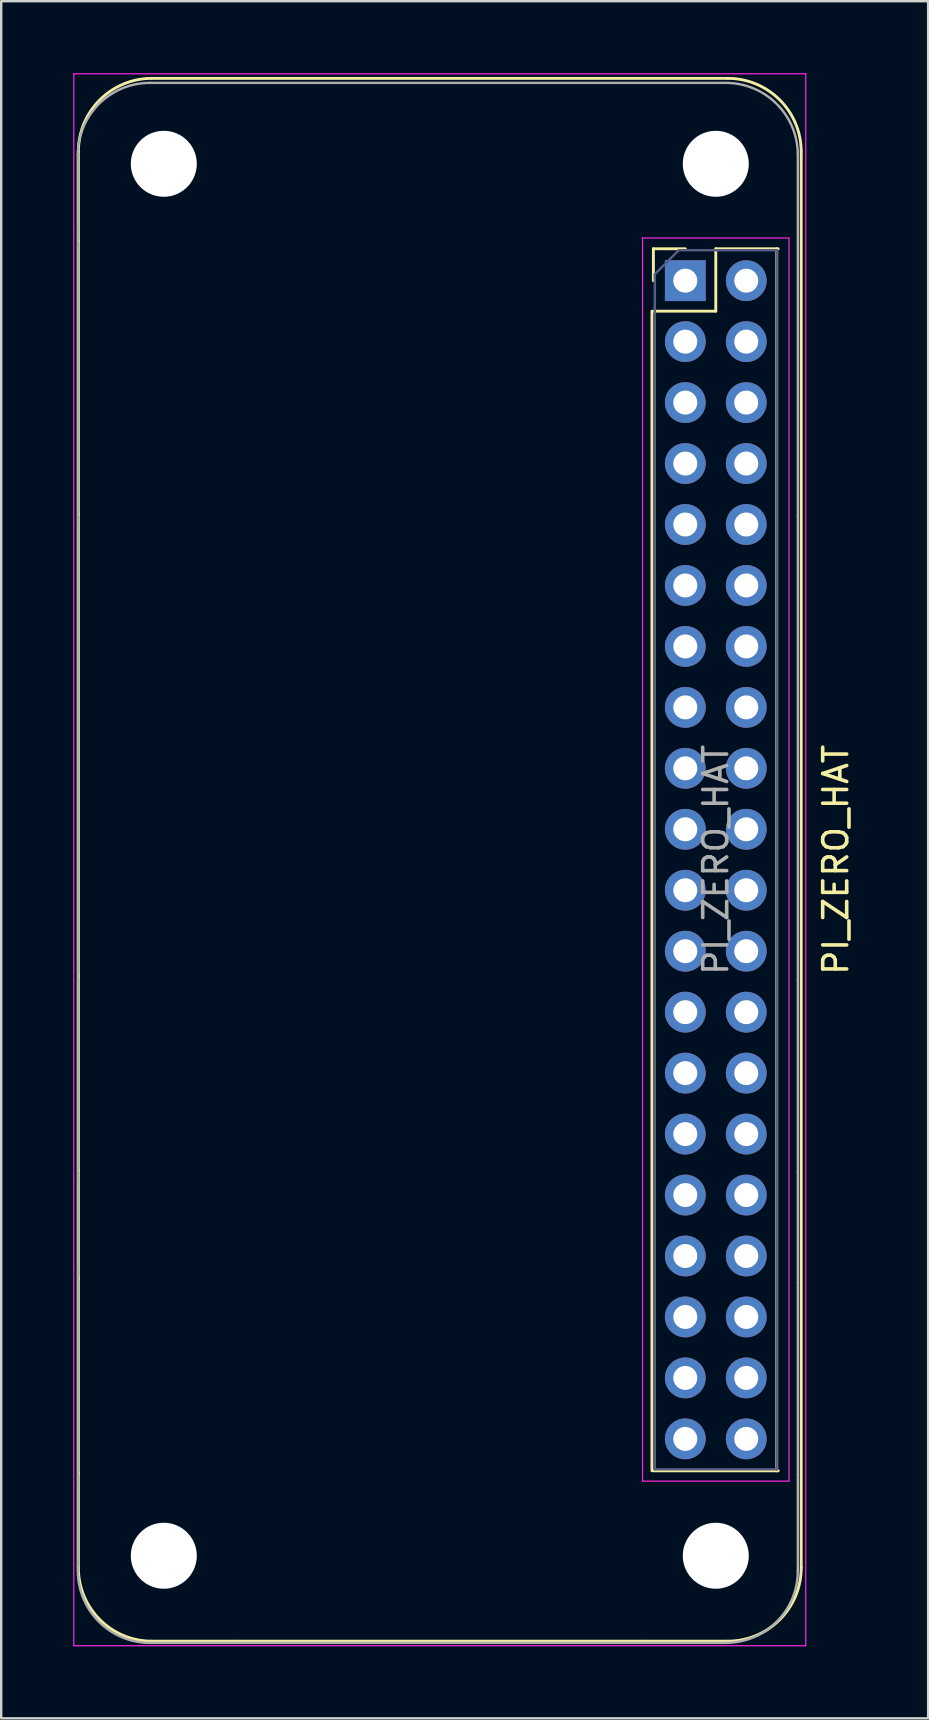
<source format=kicad_pcb>
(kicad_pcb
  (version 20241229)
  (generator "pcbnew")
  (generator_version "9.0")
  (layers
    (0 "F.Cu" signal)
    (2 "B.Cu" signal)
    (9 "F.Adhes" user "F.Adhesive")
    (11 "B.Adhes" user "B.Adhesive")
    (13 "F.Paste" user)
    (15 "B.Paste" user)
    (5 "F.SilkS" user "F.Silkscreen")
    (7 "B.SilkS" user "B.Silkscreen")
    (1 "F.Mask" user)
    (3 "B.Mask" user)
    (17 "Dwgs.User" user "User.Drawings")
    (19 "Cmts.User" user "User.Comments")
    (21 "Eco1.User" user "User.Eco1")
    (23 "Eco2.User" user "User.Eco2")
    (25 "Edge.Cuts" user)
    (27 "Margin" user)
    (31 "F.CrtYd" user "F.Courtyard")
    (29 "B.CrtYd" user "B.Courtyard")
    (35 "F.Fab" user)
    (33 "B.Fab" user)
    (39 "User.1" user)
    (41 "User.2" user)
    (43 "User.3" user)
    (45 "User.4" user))
  (footprint "PI_ZERO_HAT"
    (layer "F.Cu")
    (at 25.505 8.645)
    (property "Reference" "PI_ZERO_HAT" (at 6.27 24.13 90) (layer "F.SilkS") (effects (font (size 1 1) (thickness 0.15))))
    (attr through_hole)
    (fp_line (start -25.29 -1.68) (end -25.29 -5.37) (stroke (width 0.12) (type solid)) (layer "F.SilkS"))
    (fp_line (start -25.29 9.74) (end -25.29 -1.68) (stroke (width 0.12) (type solid)) (layer "F.SilkS"))
    (fp_line (start -25.29 28.97) (end -25.29 9.74) (stroke (width 0.12) (type solid)) (layer "F.SilkS"))
    (fp_line (start -25.29 37.09) (end -25.29 28.97) (stroke (width 0.12) (type solid)) (layer "F.SilkS"))
    (fp_line (start -25.29 41.57) (end -25.29 37.09) (stroke (width 0.12) (type solid)) (layer "F.SilkS"))
    (fp_line (start -25.29 49.69) (end -25.29 41.57) (stroke (width 0.12) (type solid)) (layer "F.SilkS"))
    (fp_line (start -25.29 53.63) (end -25.29 49.69) (stroke (width 0.12) (type solid)) (layer "F.SilkS"))
    (fp_line (start -18.79 56.69) (end -22.23 56.69) (stroke (width 0.12) (type solid)) (layer "F.SilkS"))
    (fp_line (start -1.67 56.69) (end -18.79 56.69) (stroke (width 0.12) (type solid)) (layer "F.SilkS"))
    (fp_line (start -1.67 56.69) (end 1.77 56.69) (stroke (width 0.12) (type solid)) (layer "F.SilkS"))
    (fp_line (start -1.39 49.59) (end -1.39 1.27) (stroke (width 0.12) (type solid)) (layer "F.SilkS"))
    (fp_line (start -1.33 -1.33) (end -1.33 0) (stroke (width 0.12) (type solid)) (layer "F.SilkS"))
    (fp_line (start 0 -1.33) (end -1.33 -1.33) (stroke (width 0.12) (type solid)) (layer "F.SilkS"))
    (fp_line (start 1.27 -1.33) (end 1.27 1.27) (stroke (width 0.12) (type solid)) (layer "F.SilkS"))
    (fp_line (start 1.27 1.27) (end -1.33 1.27) (stroke (width 0.12) (type solid)) (layer "F.SilkS"))
    (fp_line (start 1.77 -8.43) (end -22.23 -8.43) (stroke (width 0.12) (type solid)) (layer "F.SilkS"))
    (fp_line (start 3.81 49.59) (end 3.81 -1.33) (stroke (width 0.12) (type solid)) (layer "F.SilkS"))
    (fp_line (start 3.87 -1.33) (end 1.27 -1.33) (stroke (width 0.12) (type solid)) (layer "F.SilkS"))
    (fp_line (start 3.87 49.59) (end -1.33 49.59) (stroke (width 0.12) (type solid)) (layer "F.SilkS"))
    (fp_line (start 4.83 53.63) (end 4.83 -5.37) (stroke (width 0.12) (type solid)) (layer "F.SilkS"))
    (fp_arc (start -25.29 -5.37) (mid -24.393747 -7.533747) (end -22.23 -8.43) (stroke (width 0.12) (type solid)) (layer "F.SilkS"))
    (fp_arc (start -22.23 56.69) (mid -24.393747 55.793747) (end -25.29 53.63) (stroke (width 0.12) (type solid)) (layer "F.SilkS"))
    (fp_arc (start 1.77 -8.43) (mid 3.933747 -7.533747) (end 4.83 -5.37) (stroke (width 0.12) (type solid)) (layer "F.SilkS"))
    (fp_arc (start 4.83 53.63) (mid 3.933747 55.793747) (end 1.77 56.69) (stroke (width 0.12) (type solid)) (layer "F.SilkS"))
    (fp_line (start -25.48 -2.12) (end -25.48 -8.62) (stroke (width 0.05) (type solid)) (layer "F.CrtYd"))
    (fp_line (start -25.48 -2.12) (end -25.48 10.18) (stroke (width 0.05) (type solid)) (layer "F.CrtYd"))
    (fp_line (start -25.48 28.53) (end -25.48 10.18) (stroke (width 0.05) (type solid)) (layer "F.CrtYd"))
    (fp_line (start -25.48 37.53) (end -25.48 28.53) (stroke (width 0.05) (type solid)) (layer "F.CrtYd"))
    (fp_line (start -25.48 37.53) (end -25.48 41.13) (stroke (width 0.05) (type solid)) (layer "F.CrtYd"))
    (fp_line (start -25.48 50.13) (end -25.48 41.13) (stroke (width 0.05) (type solid)) (layer "F.CrtYd"))
    (fp_line (start -25.48 50.13) (end -25.48 56.88) (stroke (width 0.05) (type solid)) (layer "F.CrtYd"))
    (fp_line (start -19.23 56.88) (end -25.48 56.88) (stroke (width 0.05) (type solid)) (layer "F.CrtYd"))
    (fp_line (start -19.23 56.88) (end -1.23 56.88) (stroke (width 0.05) (type solid)) (layer "F.CrtYd"))
    (fp_line (start -1.78 -1.778) (end 4.32 -1.778) (stroke (width 0.05) (type solid)) (layer "F.CrtYd"))
    (fp_line (start -1.78 50.022) (end -1.78 -1.778) (stroke (width 0.05) (type solid)) (layer "F.CrtYd"))
    (fp_line (start 4.32 -1.778) (end 4.32 50.022) (stroke (width 0.05) (type solid)) (layer "F.CrtYd"))
    (fp_line (start 4.32 50.022) (end -1.78 50.022) (stroke (width 0.05) (type solid)) (layer "F.CrtYd"))
    (fp_line (start 5.02 -8.62) (end -25.48 -8.62) (stroke (width 0.05) (type solid)) (layer "F.CrtYd"))
    (fp_line (start 5.02 56.88) (end -1.23 56.88) (stroke (width 0.05) (type solid)) (layer "F.CrtYd"))
    (fp_line (start 5.02 56.88) (end 5.02 -8.62) (stroke (width 0.05) (type solid)) (layer "F.CrtYd"))
    (fp_line (start -1.27 -0.27) (end -1.27 49.53) (stroke (width 0.1) (type solid)) (layer "B.Fab"))
    (fp_line (start -1.27 49.53) (end 3.81 49.53) (stroke (width 0.1) (type solid)) (layer "B.Fab"))
    (fp_line (start -0.27 -1.27) (end -1.27 -0.27) (stroke (width 0.1) (type solid)) (layer "B.Fab"))
    (fp_line (start 3.81 -1.27) (end -0.27 -1.27) (stroke (width 0.1) (type solid)) (layer "B.Fab"))
    (fp_line (start 3.81 49.53) (end 3.81 -1.27) (stroke (width 0.1) (type solid)) (layer "B.Fab"))
    (fp_line (start -25.311 53.759) (end -25.311 -5.241) (stroke (width 0.1) (type solid)) (layer "F.Fab"))
    (fp_line (start -22.311 -8.241) (end 1.689 -8.241) (stroke (width 0.1) (type solid)) (layer "F.Fab"))
    (fp_line (start -22.311 56.759) (end -5.311 56.759) (stroke (width 0.1) (type solid)) (layer "F.Fab"))
    (fp_line (start -5.311 56.759) (end -1.811 56.759) (stroke (width 0.1) (type solid)) (layer "F.Fab"))
    (fp_line (start 1.689 56.759) (end -1.811 56.759) (stroke (width 0.1) (type solid)) (layer "F.Fab"))
    (fp_line (start 4.689 -1.491) (end 4.689 -5.241) (stroke (width 0.1) (type solid)) (layer "F.Fab"))
    (fp_line (start 4.689 9.809) (end 4.689 -1.491) (stroke (width 0.1) (type solid)) (layer "F.Fab"))
    (fp_line (start 4.689 29.159) (end 4.689 9.809) (stroke (width 0.1) (type solid)) (layer "F.Fab"))
    (fp_line (start 4.689 37.159) (end 4.689 29.159) (stroke (width 0.1) (type solid)) (layer "F.Fab"))
    (fp_line (start 4.689 41.759) (end 4.689 37.159) (stroke (width 0.1) (type solid)) (layer "F.Fab"))
    (fp_line (start 4.689 49.759) (end 4.689 41.759) (stroke (width 0.1) (type solid)) (layer "F.Fab"))
    (fp_line (start 4.689 49.759) (end 4.689 53.759) (stroke (width 0.1) (type solid)) (layer "F.Fab"))
    (fp_arc (start -25.31132 -5.24132) (mid -24.43264 -7.36264) (end -22.31132 -8.24132) (stroke (width 0.1) (type solid)) (layer "F.Fab"))
    (fp_arc (start -22.31132 56.75868) (mid -24.43264 55.88) (end -25.31132 53.75868) (stroke (width 0.1) (type solid)) (layer "F.Fab"))
    (fp_arc (start 1.68868 -8.24132) (mid 3.81 -7.36264) (end 4.68868 -5.24132) (stroke (width 0.1) (type solid)) (layer "F.Fab"))
    (fp_arc (start 4.68868 53.75868) (mid 3.81 55.88) (end 1.68868 56.75868) (stroke (width 0.1) (type solid)) (layer "F.Fab"))
    (fp_text user "${REFERENCE}" (at 1.27 24.13 90) (layer "F.Fab") (effects (font (size 1 1) (thickness 0.15))))
    (pad "" np_thru_hole circle (at -21.73 -4.87 270) (size 2.75 2.75) (drill 2.75) (layers "*.Cu" "*.Mask"))
    (pad "" np_thru_hole circle (at -21.73 53.13 270) (size 2.75 2.75) (drill 2.75) (layers "*.Cu" "*.Mask"))
    (pad "" np_thru_hole circle (at 1.27 -4.87 270) (size 2.75 2.75) (drill 2.75) (layers "*.Cu" "*.Mask"))
    (pad "" np_thru_hole circle (at 1.27 53.13 270) (size 2.75 2.75) (drill 2.75) (layers "*.Cu" "*.Mask"))
    (pad "1" thru_hole rect (at 0 0) (size 1.7 1.7) (drill 1) (layers "*.Cu" "*.Mask"))
    (pad "2" thru_hole oval (at 2.54 0) (size 1.7 1.7) (drill 1) (layers "*.Cu" "*.Mask"))
    (pad "3" thru_hole oval (at 0 2.54) (size 1.7 1.7) (drill 1) (layers "*.Cu" "*.Mask"))
    (pad "4" thru_hole oval (at 2.54 2.54) (size 1.7 1.7) (drill 1) (layers "*.Cu" "*.Mask"))
    (pad "5" thru_hole oval (at 0 5.08) (size 1.7 1.7) (drill 1) (layers "*.Cu" "*.Mask"))
    (pad "6" thru_hole oval (at 2.54 5.08) (size 1.7 1.7) (drill 1) (layers "*.Cu" "*.Mask"))
    (pad "7" thru_hole oval (at 0 7.62) (size 1.7 1.7) (drill 1) (layers "*.Cu" "*.Mask"))
    (pad "8" thru_hole oval (at 2.54 7.62) (size 1.7 1.7) (drill 1) (layers "*.Cu" "*.Mask"))
    (pad "9" thru_hole oval (at 0 10.16) (size 1.7 1.7) (drill 1) (layers "*.Cu" "*.Mask"))
    (pad "10" thru_hole oval (at 2.54 10.16) (size 1.7 1.7) (drill 1) (layers "*.Cu" "*.Mask"))
    (pad "11" thru_hole oval (at 0 12.7) (size 1.7 1.7) (drill 1) (layers "*.Cu" "*.Mask"))
    (pad "12" thru_hole oval (at 2.54 12.7) (size 1.7 1.7) (drill 1) (layers "*.Cu" "*.Mask"))
    (pad "13" thru_hole oval (at 0 15.24) (size 1.7 1.7) (drill 1) (layers "*.Cu" "*.Mask"))
    (pad "14" thru_hole oval (at 2.54 15.24) (size 1.7 1.7) (drill 1) (layers "*.Cu" "*.Mask"))
    (pad "15" thru_hole oval (at 0 17.78) (size 1.7 1.7) (drill 1) (layers "*.Cu" "*.Mask"))
    (pad "16" thru_hole oval (at 2.54 17.78) (size 1.7 1.7) (drill 1) (layers "*.Cu" "*.Mask"))
    (pad "17" thru_hole oval (at 0 20.32) (size 1.7 1.7) (drill 1) (layers "*.Cu" "*.Mask"))
    (pad "18" thru_hole oval (at 2.54 20.32) (size 1.7 1.7) (drill 1) (layers "*.Cu" "*.Mask"))
    (pad "19" thru_hole oval (at 0 22.86) (size 1.7 1.7) (drill 1) (layers "*.Cu" "*.Mask"))
    (pad "20" thru_hole oval (at 2.54 22.86) (size 1.7 1.7) (drill 1) (layers "*.Cu" "*.Mask"))
    (pad "21" thru_hole oval (at 0 25.4) (size 1.7 1.7) (drill 1) (layers "*.Cu" "*.Mask"))
    (pad "22" thru_hole oval (at 2.54 25.4) (size 1.7 1.7) (drill 1) (layers "*.Cu" "*.Mask"))
    (pad "23" thru_hole oval (at 0 27.94) (size 1.7 1.7) (drill 1) (layers "*.Cu" "*.Mask"))
    (pad "24" thru_hole oval (at 2.54 27.94) (size 1.7 1.7) (drill 1) (layers "*.Cu" "*.Mask"))
    (pad "25" thru_hole oval (at 0 30.48) (size 1.7 1.7) (drill 1) (layers "*.Cu" "*.Mask"))
    (pad "26" thru_hole oval (at 2.54 30.48) (size 1.7 1.7) (drill 1) (layers "*.Cu" "*.Mask"))
    (pad "27" thru_hole oval (at 0 33.02) (size 1.7 1.7) (drill 1) (layers "*.Cu" "*.Mask"))
    (pad "28" thru_hole oval (at 2.54 33.02) (size 1.7 1.7) (drill 1) (layers "*.Cu" "*.Mask"))
    (pad "29" thru_hole oval (at 0 35.56) (size 1.7 1.7) (drill 1) (layers "*.Cu" "*.Mask"))
    (pad "30" thru_hole oval (at 2.54 35.56) (size 1.7 1.7) (drill 1) (layers "*.Cu" "*.Mask"))
    (pad "31" thru_hole oval (at 0 38.1) (size 1.7 1.7) (drill 1) (layers "*.Cu" "*.Mask"))
    (pad "32" thru_hole oval (at 2.54 38.1) (size 1.7 1.7) (drill 1) (layers "*.Cu" "*.Mask"))
    (pad "33" thru_hole oval (at 0 40.64) (size 1.7 1.7) (drill 1) (layers "*.Cu" "*.Mask"))
    (pad "34" thru_hole oval (at 2.54 40.64) (size 1.7 1.7) (drill 1) (layers "*.Cu" "*.Mask"))
    (pad "35" thru_hole oval (at 0 43.18) (size 1.7 1.7) (drill 1) (layers "*.Cu" "*.Mask"))
    (pad "36" thru_hole oval (at 2.54 43.18) (size 1.7 1.7) (drill 1) (layers "*.Cu" "*.Mask"))
    (pad "37" thru_hole oval (at 0 45.72) (size 1.7 1.7) (drill 1) (layers "*.Cu" "*.Mask"))
    (pad "38" thru_hole oval (at 2.54 45.72) (size 1.7 1.7) (drill 1) (layers "*.Cu" "*.Mask"))
    (pad "39" thru_hole oval (at 0 48.26) (size 1.7 1.7) (drill 1) (layers "*.Cu" "*.Mask"))
    (pad "40" thru_hole oval (at 2.54 48.26) (size 1.7 1.7) (drill 1) (layers "*.Cu" "*.Mask")))
  (gr_rect
    (start -3 -3)
    (end 35.623 68.55)
    (stroke (width 0.1) (type default))
    (fill no)
    (layer "Edge.Cuts")))
</source>
